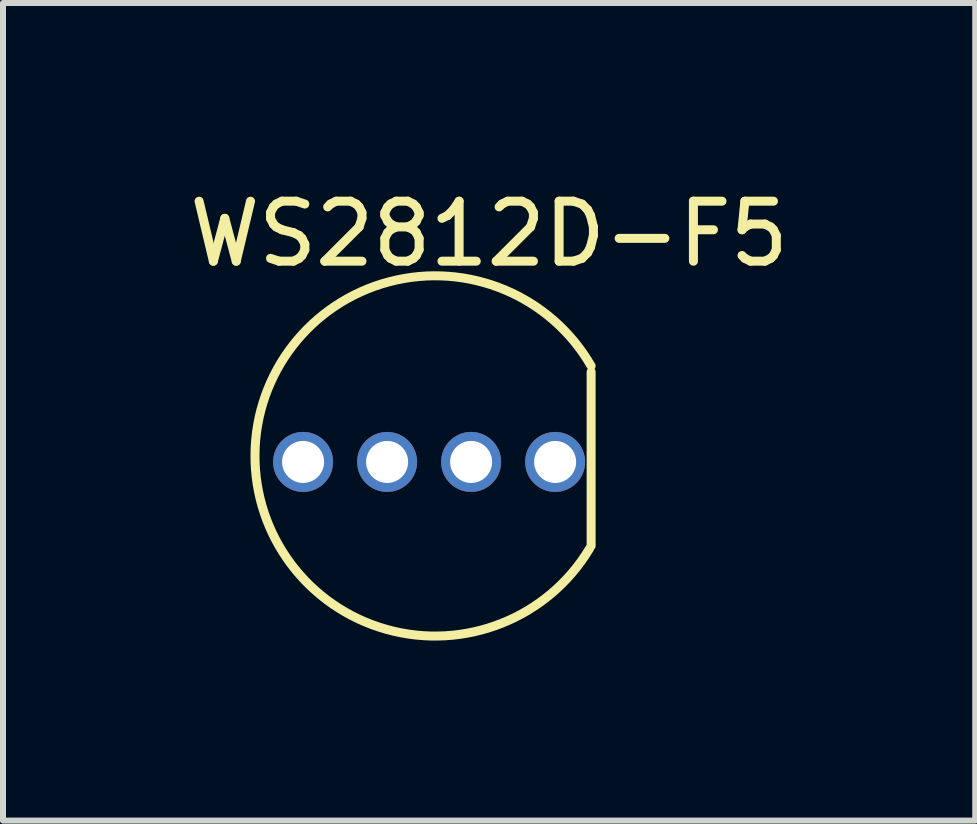
<source format=kicad_pcb>
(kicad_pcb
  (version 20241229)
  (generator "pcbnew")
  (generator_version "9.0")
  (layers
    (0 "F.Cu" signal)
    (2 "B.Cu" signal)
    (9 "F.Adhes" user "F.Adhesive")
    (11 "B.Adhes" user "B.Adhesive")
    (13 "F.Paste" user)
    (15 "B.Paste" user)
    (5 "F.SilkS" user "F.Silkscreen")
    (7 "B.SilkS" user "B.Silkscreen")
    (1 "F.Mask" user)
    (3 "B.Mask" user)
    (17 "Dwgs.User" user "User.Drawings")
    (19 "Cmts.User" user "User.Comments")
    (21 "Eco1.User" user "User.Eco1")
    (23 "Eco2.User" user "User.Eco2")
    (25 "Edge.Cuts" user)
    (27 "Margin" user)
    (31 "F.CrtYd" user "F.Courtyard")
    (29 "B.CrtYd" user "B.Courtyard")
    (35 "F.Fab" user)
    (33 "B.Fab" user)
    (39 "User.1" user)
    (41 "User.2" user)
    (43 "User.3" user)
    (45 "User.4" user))
  (footprint "WS2812D-F5"
    (layer "F.Cu")
    (at 5.201 1.448)
    (property "Reference" "WS2812D-F5" (at -0.1 -0.6 0) (layer "F.SilkS") (effects (font (size 1 1) (thickness 0.15))))
    (attr through_hole)
    (fp_line (start 1.6 1.7) (end 1.6 4.6) (stroke (width 0.15) (type solid)) (layer "F.SilkS"))
    (fp_arc (start 1.573907 4.644345) (mid -4.001556 3.074274) (end 1.6 1.6) (stroke (width 0.15) (type solid)) (layer "F.SilkS"))
    (pad "1" thru_hole circle (at 1 3.2) (size 1 1) (drill 0.7) (layers "*.Cu" "*.Mask"))
    (pad "2" thru_hole circle (at -0.4 3.2) (size 1 1) (drill 0.7) (layers "*.Cu" "*.Mask"))
    (pad "3" thru_hole circle (at -1.8 3.2) (size 1 1) (drill 0.7) (layers "*.Cu" "*.Mask"))
    (pad "4" thru_hole circle (at -3.2 3.2) (size 1 1) (drill 0.7) (layers "*.Cu" "*.Mask")))
  (gr_rect
    (start -3 -3)
    (end 13.202 10.625)
    (stroke (width 0.1) (type default))
    (fill no)
    (layer "Edge.Cuts")))
</source>
